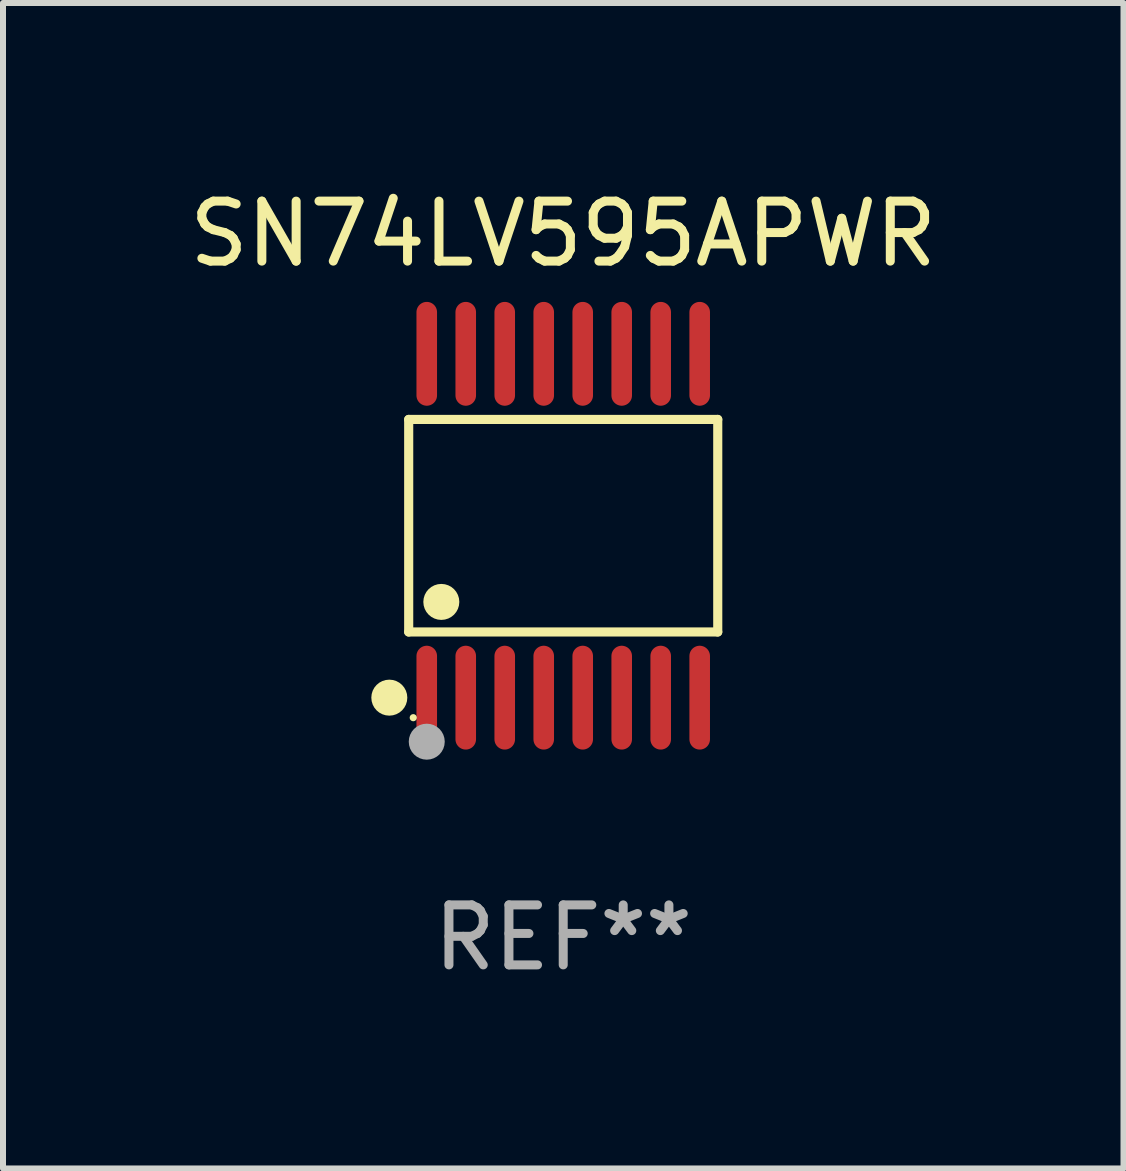
<source format=kicad_pcb>
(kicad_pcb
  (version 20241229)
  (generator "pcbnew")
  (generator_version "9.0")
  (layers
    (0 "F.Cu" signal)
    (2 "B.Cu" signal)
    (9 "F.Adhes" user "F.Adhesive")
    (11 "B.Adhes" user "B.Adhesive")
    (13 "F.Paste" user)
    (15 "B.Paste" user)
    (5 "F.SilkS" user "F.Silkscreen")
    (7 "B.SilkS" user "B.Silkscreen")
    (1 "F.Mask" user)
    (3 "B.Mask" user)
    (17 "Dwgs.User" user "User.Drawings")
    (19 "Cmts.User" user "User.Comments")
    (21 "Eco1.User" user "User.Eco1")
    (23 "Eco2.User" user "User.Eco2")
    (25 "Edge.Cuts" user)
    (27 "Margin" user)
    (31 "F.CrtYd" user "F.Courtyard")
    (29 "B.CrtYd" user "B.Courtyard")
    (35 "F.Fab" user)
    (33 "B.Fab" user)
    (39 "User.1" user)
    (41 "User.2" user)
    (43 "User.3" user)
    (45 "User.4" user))
  (footprint "SN74LV595APWR"
    (layer "F.Cu")
    (at 6.339 5.714)
    (property "Reference" "SN74LV595APWR" (at 0 -4.866 0) (layer "F.SilkS") (effects (font (size 1 1) (thickness 0.15))))
    (attr through_hole)
    (fp_line (start -2.576 -1.772) (end 2.576 -1.772) (stroke (width 0.152) (type solid)) (layer "F.SilkS"))
    (fp_line (start -2.576 1.771) (end -2.576 -1.772) (stroke (width 0.152) (type solid)) (layer "F.SilkS"))
    (fp_line (start 2.576 -1.772) (end 2.576 1.771) (stroke (width 0.152) (type solid)) (layer "F.SilkS"))
    (fp_line (start 2.576 1.771) (end -2.576 1.771) (stroke (width 0.152) (type solid)) (layer "F.SilkS"))
    (fp_circle (center -2.899 2.866) (end -2.749 2.866) (stroke (width 0.3) (type solid)) (fill no) (layer "F.SilkS"))
    (fp_circle (center -2.5 3.2) (end -2.47 3.2) (stroke (width 0.06) (type solid)) (fill no) (layer "F.SilkS"))
    (fp_circle (center -2.032 1.27) (end -1.882 1.27) (stroke (width 0.3) (type solid)) (fill no) (layer "F.SilkS"))
    (fp_circle (center -2.275 3.6) (end -2.125 3.6) (stroke (width 0.3) (type solid)) (fill no) (layer "F.Fab"))
    (fp_text user "REF**" (at 0 6.866 0) (layer "F.Fab") (effects (font (size 1 1) (thickness 0.15))))
    (pad "1" smd oval (at -2.275 2.866) (size 0.343 1.731) (layers "F.Cu" "F.Mask" "F.Paste"))
    (pad "2" smd oval (at -1.625 2.866) (size 0.343 1.731) (layers "F.Cu" "F.Mask" "F.Paste"))
    (pad "3" smd oval (at -0.975 2.866) (size 0.343 1.731) (layers "F.Cu" "F.Mask" "F.Paste"))
    (pad "4" smd oval (at -0.325 2.866) (size 0.343 1.731) (layers "F.Cu" "F.Mask" "F.Paste"))
    (pad "5" smd oval (at 0.325 2.866) (size 0.343 1.731) (layers "F.Cu" "F.Mask" "F.Paste"))
    (pad "6" smd oval (at 0.975 2.866) (size 0.343 1.731) (layers "F.Cu" "F.Mask" "F.Paste"))
    (pad "7" smd oval (at 1.625 2.866) (size 0.343 1.731) (layers "F.Cu" "F.Mask" "F.Paste"))
    (pad "8" smd oval (at 2.275 2.866) (size 0.343 1.731) (layers "F.Cu" "F.Mask" "F.Paste"))
    (pad "9" smd oval (at 2.275 -2.866) (size 0.343 1.731) (layers "F.Cu" "F.Mask" "F.Paste"))
    (pad "10" smd oval (at 1.625 -2.866) (size 0.343 1.731) (layers "F.Cu" "F.Mask" "F.Paste"))
    (pad "11" smd oval (at 0.975 -2.866) (size 0.343 1.731) (layers "F.Cu" "F.Mask" "F.Paste"))
    (pad "12" smd oval (at 0.325 -2.866) (size 0.343 1.731) (layers "F.Cu" "F.Mask" "F.Paste"))
    (pad "13" smd oval (at -0.325 -2.866) (size 0.343 1.731) (layers "F.Cu" "F.Mask" "F.Paste"))
    (pad "14" smd oval (at -0.975 -2.866) (size 0.343 1.731) (layers "F.Cu" "F.Mask" "F.Paste"))
    (pad "15" smd oval (at -1.625 -2.866) (size 0.343 1.731) (layers "F.Cu" "F.Mask" "F.Paste"))
    (pad "16" smd oval (at -2.275 -2.866) (size 0.343 1.731) (layers "F.Cu" "F.Mask" "F.Paste")))
  (gr_rect
    (start -3 -3)
    (end 15.679 16.428)
    (stroke (width 0.1) (type default))
    (fill no)
    (layer "Edge.Cuts")))
</source>
